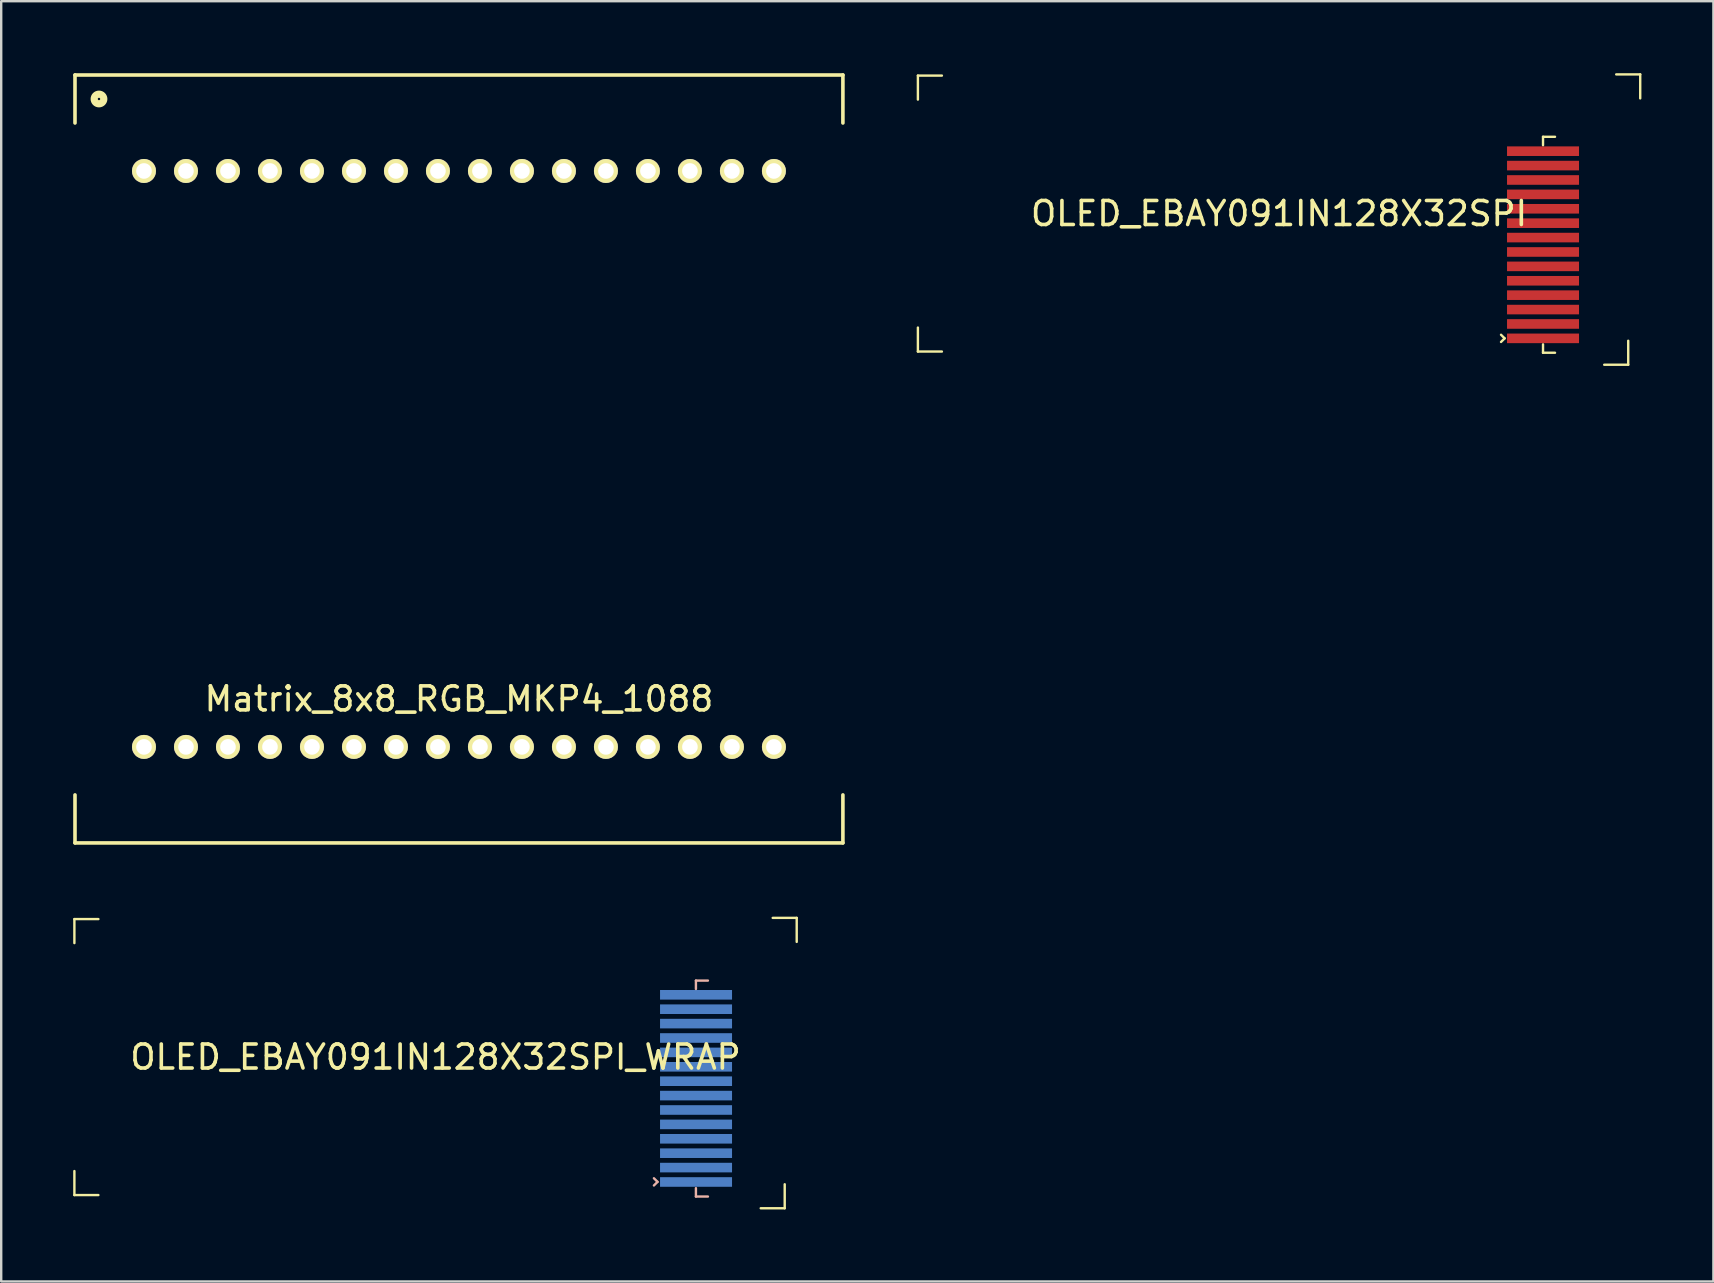
<source format=kicad_pcb>
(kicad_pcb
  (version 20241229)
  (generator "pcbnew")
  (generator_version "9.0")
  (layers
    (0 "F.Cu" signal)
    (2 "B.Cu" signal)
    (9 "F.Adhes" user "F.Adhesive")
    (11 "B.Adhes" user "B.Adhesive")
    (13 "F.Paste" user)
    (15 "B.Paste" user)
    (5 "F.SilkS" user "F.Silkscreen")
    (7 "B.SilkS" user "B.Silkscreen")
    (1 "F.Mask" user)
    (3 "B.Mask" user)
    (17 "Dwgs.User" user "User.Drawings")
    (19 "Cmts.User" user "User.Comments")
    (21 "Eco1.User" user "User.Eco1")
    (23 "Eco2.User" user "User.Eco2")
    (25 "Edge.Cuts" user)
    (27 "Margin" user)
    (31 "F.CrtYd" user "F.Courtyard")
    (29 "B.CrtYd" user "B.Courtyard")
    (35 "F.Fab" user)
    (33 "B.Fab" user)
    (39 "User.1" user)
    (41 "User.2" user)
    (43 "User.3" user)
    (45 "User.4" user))
  (footprint "OLED_EBAY091IN128X32SPI"
    (layer "F.Cu")
    (at 50.25 5.85)
    (property "Reference" "OLED_EBAY091IN128X32SPI" (at 0 0 0) (layer "F.SilkS") (effects (font (size 1 1) (thickness 0.15))))
    (attr smd)
    (fp_line (start -15.05 -5.75) (end -15.05 -4.75) (stroke (width 0.1) (type solid)) (layer "F.SilkS"))
    (fp_line (start -15.05 -5.75) (end -14.05 -5.75) (stroke (width 0.1) (type solid)) (layer "F.SilkS"))
    (fp_line (start -15.05 5.75) (end -15.05 4.75) (stroke (width 0.1) (type solid)) (layer "F.SilkS"))
    (fp_line (start -15.05 5.75) (end -14.05 5.75) (stroke (width 0.1) (type solid)) (layer "F.SilkS"))
    (fp_line (start 9.4 5.2) (end 9.25 5.05) (stroke (width 0.1) (type solid)) (layer "F.SilkS"))
    (fp_line (start 9.4 5.2) (end 9.25 5.35) (stroke (width 0.1) (type solid)) (layer "F.SilkS"))
    (fp_line (start 11 -3.2) (end 11.5 -3.2) (stroke (width 0.1) (type solid)) (layer "F.SilkS"))
    (fp_line (start 11 -2.85) (end 11 -3.2) (stroke (width 0.1) (type solid)) (layer "F.SilkS"))
    (fp_line (start 11 5.8) (end 11 5.45) (stroke (width 0.1) (type solid)) (layer "F.SilkS"))
    (fp_line (start 11 5.8) (end 11.5 5.8) (stroke (width 0.1) (type solid)) (layer "F.SilkS"))
    (fp_line (start 14.55 6.3) (end 13.55 6.3) (stroke (width 0.1) (type solid)) (layer "F.SilkS"))
    (fp_line (start 14.55 6.3) (end 14.55 5.3) (stroke (width 0.1) (type solid)) (layer "F.SilkS"))
    (fp_line (start 15.05 -5.8) (end 14.05 -5.8) (stroke (width 0.1) (type solid)) (layer "F.SilkS"))
    (fp_line (start 15.05 -5.8) (end 15.05 -4.8) (stroke (width 0.1) (type solid)) (layer "F.SilkS"))
    (pad "1" smd rect (at 11 5.2) (size 3 0.4) (layers "F.Cu" "F.Mask" "F.Paste"))
    (pad "2" smd rect (at 11 4.6) (size 3 0.4) (layers "F.Cu" "F.Mask" "F.Paste"))
    (pad "3" smd rect (at 11 4) (size 3 0.4) (layers "F.Cu" "F.Mask" "F.Paste"))
    (pad "4" smd rect (at 11 3.4) (size 3 0.4) (layers "F.Cu" "F.Mask" "F.Paste"))
    (pad "5" smd rect (at 11 2.8) (size 3 0.4) (layers "F.Cu" "F.Mask" "F.Paste"))
    (pad "6" smd rect (at 11 2.2) (size 3 0.4) (layers "F.Cu" "F.Mask" "F.Paste"))
    (pad "7" smd rect (at 11 1.6) (size 3 0.4) (layers "F.Cu" "F.Mask" "F.Paste"))
    (pad "8" smd rect (at 11 1) (size 3 0.4) (layers "F.Cu" "F.Mask" "F.Paste"))
    (pad "9" smd rect (at 11 0.4) (size 3 0.4) (layers "F.Cu" "F.Mask" "F.Paste"))
    (pad "10" smd rect (at 11 -0.2) (size 3 0.4) (layers "F.Cu" "F.Mask" "F.Paste"))
    (pad "11" smd rect (at 11 -0.8) (size 3 0.4) (layers "F.Cu" "F.Mask" "F.Paste"))
    (pad "12" smd rect (at 11 -1.4) (size 3 0.4) (layers "F.Cu" "F.Mask" "F.Paste"))
    (pad "13" smd rect (at 11 -2) (size 3 0.4) (layers "F.Cu" "F.Mask" "F.Paste"))
    (pad "14" smd rect (at 11 -2.6) (size 3 0.4) (layers "F.Cu" "F.Mask" "F.Paste")))
  (footprint "OLED_EBAY091IN128X32SPI_WRAP"
    (layer "F.Cu")
    (at 15.1 41)
    (property "Reference" "OLED_EBAY091IN128X32SPI_WRAP" (at 0 0 0) (layer "F.SilkS") (effects (font (size 1 1) (thickness 0.15))))
    (attr smd)
    (fp_line (start -15.05 -5.75) (end -15.05 -4.75) (stroke (width 0.1) (type solid)) (layer "F.SilkS"))
    (fp_line (start -15.05 -5.75) (end -14.05 -5.75) (stroke (width 0.1) (type solid)) (layer "F.SilkS"))
    (fp_line (start -15.05 5.75) (end -15.05 4.75) (stroke (width 0.1) (type solid)) (layer "F.SilkS"))
    (fp_line (start -15.05 5.75) (end -14.05 5.75) (stroke (width 0.1) (type solid)) (layer "F.SilkS"))
    (fp_line (start 14.55 6.3) (end 13.55 6.3) (stroke (width 0.1) (type solid)) (layer "F.SilkS"))
    (fp_line (start 14.55 6.3) (end 14.55 5.3) (stroke (width 0.1) (type solid)) (layer "F.SilkS"))
    (fp_line (start 15.05 -5.8) (end 14.05 -5.8) (stroke (width 0.1) (type solid)) (layer "F.SilkS"))
    (fp_line (start 15.05 -5.8) (end 15.05 -4.8) (stroke (width 0.1) (type solid)) (layer "F.SilkS"))
    (fp_line (start 9.25 5.2) (end 9.1 5.05) (stroke (width 0.1) (type solid)) (layer "B.SilkS"))
    (fp_line (start 9.25 5.2) (end 9.1 5.35) (stroke (width 0.1) (type solid)) (layer "B.SilkS"))
    (fp_line (start 10.85 -3.188) (end 10.85 -2.838) (stroke (width 0.1) (type solid)) (layer "B.SilkS"))
    (fp_line (start 10.85 -3.188) (end 11.35 -3.188) (stroke (width 0.1) (type solid)) (layer "B.SilkS"))
    (fp_line (start 10.85 5.462) (end 10.85 5.812) (stroke (width 0.1) (type solid)) (layer "B.SilkS"))
    (fp_line (start 10.85 5.812) (end 11.35 5.812) (stroke (width 0.1) (type solid)) (layer "B.SilkS"))
    (pad "1" smd rect (at 10.855 5.205 180) (size 3 0.4) (layers "B.Cu" "B.Mask" "B.Paste"))
    (pad "2" smd rect (at 10.855 4.605 180) (size 3 0.4) (layers "B.Cu" "B.Mask" "B.Paste"))
    (pad "3" smd rect (at 10.855 4.005 180) (size 3 0.4) (layers "B.Cu" "B.Mask" "B.Paste"))
    (pad "4" smd rect (at 10.855 3.405 180) (size 3 0.4) (layers "B.Cu" "B.Mask" "B.Paste"))
    (pad "5" smd rect (at 10.855 2.805 180) (size 3 0.4) (layers "B.Cu" "B.Mask" "B.Paste"))
    (pad "6" smd rect (at 10.855 2.205 180) (size 3 0.4) (layers "B.Cu" "B.Mask" "B.Paste"))
    (pad "7" smd rect (at 10.855 1.605 180) (size 3 0.4) (layers "B.Cu" "B.Mask" "B.Paste"))
    (pad "8" smd rect (at 10.855 1.005 180) (size 3 0.4) (layers "B.Cu" "B.Mask" "B.Paste"))
    (pad "9" smd rect (at 10.855 0.405 180) (size 3 0.4) (layers "B.Cu" "B.Mask" "B.Paste"))
    (pad "10" smd rect (at 10.855 -0.195 180) (size 3 0.4) (layers "B.Cu" "B.Mask" "B.Paste"))
    (pad "11" smd rect (at 10.855 -0.795 180) (size 3 0.4) (layers "B.Cu" "B.Mask" "B.Paste"))
    (pad "12" smd rect (at 10.855 -1.395 180) (size 3 0.4) (layers "B.Cu" "B.Mask" "B.Paste"))
    (pad "13" smd rect (at 10.855 -1.995 180) (size 3 0.4) (layers "B.Cu" "B.Mask" "B.Paste"))
    (pad "14" smd rect (at 10.855 -2.595 180) (size 3 0.4) (layers "B.Cu" "B.Mask" "B.Paste")))
  (footprint "Matrix_8x8_RGB_MKP4_1088"
    (layer "F.Cu")
    (at 16.075 16.075)
    (property "Reference" "Matrix_8x8_RGB_MKP4_1088" (at 0 10 0) (layer "F.SilkS") (effects (font (size 1 1) (thickness 0.15))))
    (attr through_hole)
    (fp_line (start -16 -16) (end -16 -14) (stroke (width 0.15) (type solid)) (layer "F.SilkS"))
    (fp_line (start -16 16) (end -16 14) (stroke (width 0.15) (type solid)) (layer "F.SilkS"))
    (fp_line (start -16 16) (end 16 16) (stroke (width 0.15) (type solid)) (layer "F.SilkS"))
    (fp_line (start 16 -16) (end -16 -16) (stroke (width 0.15) (type solid)) (layer "F.SilkS"))
    (fp_line (start 16 -16) (end 16 -14) (stroke (width 0.15) (type solid)) (layer "F.SilkS"))
    (fp_line (start 16 16) (end 16 14) (stroke (width 0.15) (type solid)) (layer "F.SilkS"))
    (fp_circle (center -15 -15) (end -14.8 -15) (stroke (width 0.3) (type solid)) (fill no) (layer "F.SilkS"))
    (pad "1" thru_hole circle (at -13.125 -12) (size 1 1) (drill 0.65) (layers "*.Cu" "*.Mask" "F.SilkS"))
    (pad "2" thru_hole circle (at -11.375 -12) (size 1 1) (drill 0.65) (layers "*.Cu" "*.Mask" "F.SilkS"))
    (pad "3" thru_hole circle (at -9.625 -12) (size 1 1) (drill 0.65) (layers "*.Cu" "*.Mask" "F.SilkS"))
    (pad "4" thru_hole circle (at -7.875 -12) (size 1 1) (drill 0.65) (layers "*.Cu" "*.Mask" "F.SilkS"))
    (pad "5" thru_hole circle (at -6.125 -12) (size 1 1) (drill 0.65) (layers "*.Cu" "*.Mask" "F.SilkS"))
    (pad "6" thru_hole circle (at -4.375 -12) (size 1 1) (drill 0.65) (layers "*.Cu" "*.Mask" "F.SilkS"))
    (pad "7" thru_hole circle (at -2.625 -12) (size 1 1) (drill 0.65) (layers "*.Cu" "*.Mask" "F.SilkS"))
    (pad "8" thru_hole circle (at -0.875 -12) (size 1 1) (drill 0.65) (layers "*.Cu" "*.Mask" "F.SilkS"))
    (pad "9" thru_hole circle (at 0.875 -12) (size 1 1) (drill 0.65) (layers "*.Cu" "*.Mask" "F.SilkS"))
    (pad "10" thru_hole circle (at 2.625 -12) (size 1 1) (drill 0.65) (layers "*.Cu" "*.Mask" "F.SilkS"))
    (pad "11" thru_hole circle (at 4.375 -12) (size 1 1) (drill 0.65) (layers "*.Cu" "*.Mask" "F.SilkS"))
    (pad "12" thru_hole circle (at 6.125 -12) (size 1 1) (drill 0.65) (layers "*.Cu" "*.Mask" "F.SilkS"))
    (pad "13" thru_hole circle (at 7.875 -12) (size 1 1) (drill 0.65) (layers "*.Cu" "*.Mask" "F.SilkS"))
    (pad "14" thru_hole circle (at 9.625 -12) (size 1 1) (drill 0.65) (layers "*.Cu" "*.Mask" "F.SilkS"))
    (pad "15" thru_hole circle (at 11.375 -12) (size 1 1) (drill 0.65) (layers "*.Cu" "*.Mask" "F.SilkS"))
    (pad "16" thru_hole circle (at 13.125 -12) (size 1 1) (drill 0.65) (layers "*.Cu" "*.Mask" "F.SilkS"))
    (pad "17" thru_hole circle (at 13.125 12) (size 1 1) (drill 0.65) (layers "*.Cu" "*.Mask" "F.SilkS"))
    (pad "18" thru_hole circle (at 11.375 12) (size 1 1) (drill 0.65) (layers "*.Cu" "*.Mask" "F.SilkS"))
    (pad "19" thru_hole circle (at 9.625 12) (size 1 1) (drill 0.65) (layers "*.Cu" "*.Mask" "F.SilkS"))
    (pad "20" thru_hole circle (at 7.875 12) (size 1 1) (drill 0.65) (layers "*.Cu" "*.Mask" "F.SilkS"))
    (pad "21" thru_hole circle (at 6.125 12) (size 1 1) (drill 0.65) (layers "*.Cu" "*.Mask" "F.SilkS"))
    (pad "22" thru_hole circle (at 4.375 12) (size 1 1) (drill 0.65) (layers "*.Cu" "*.Mask" "F.SilkS"))
    (pad "23" thru_hole circle (at 2.625 12) (size 1 1) (drill 0.65) (layers "*.Cu" "*.Mask" "F.SilkS"))
    (pad "24" thru_hole circle (at 0.875 12) (size 1 1) (drill 0.65) (layers "*.Cu" "*.Mask" "F.SilkS"))
    (pad "25" thru_hole circle (at -0.875 12) (size 1 1) (drill 0.65) (layers "*.Cu" "*.Mask" "F.SilkS"))
    (pad "26" thru_hole circle (at -2.625 12) (size 1 1) (drill 0.65) (layers "*.Cu" "*.Mask" "F.SilkS"))
    (pad "27" thru_hole circle (at -4.375 12) (size 1 1) (drill 0.65) (layers "*.Cu" "*.Mask" "F.SilkS"))
    (pad "28" thru_hole circle (at -6.125 12) (size 1 1) (drill 0.65) (layers "*.Cu" "*.Mask" "F.SilkS"))
    (pad "29" thru_hole circle (at -7.875 12) (size 1 1) (drill 0.65) (layers "*.Cu" "*.Mask" "F.SilkS"))
    (pad "30" thru_hole circle (at -9.625 12) (size 1 1) (drill 0.65) (layers "*.Cu" "*.Mask" "F.SilkS"))
    (pad "31" thru_hole circle (at -11.375 12) (size 1 1) (drill 0.65) (layers "*.Cu" "*.Mask" "F.SilkS"))
    (pad "32" thru_hole circle (at -13.125 12) (size 1 1) (drill 0.65) (layers "*.Cu" "*.Mask" "F.SilkS")))
  (gr_rect
    (start -3 -3)
    (end 68.35 50.35)
    (stroke (width 0.1) (type default))
    (fill no)
    (layer "Edge.Cuts")))
</source>
